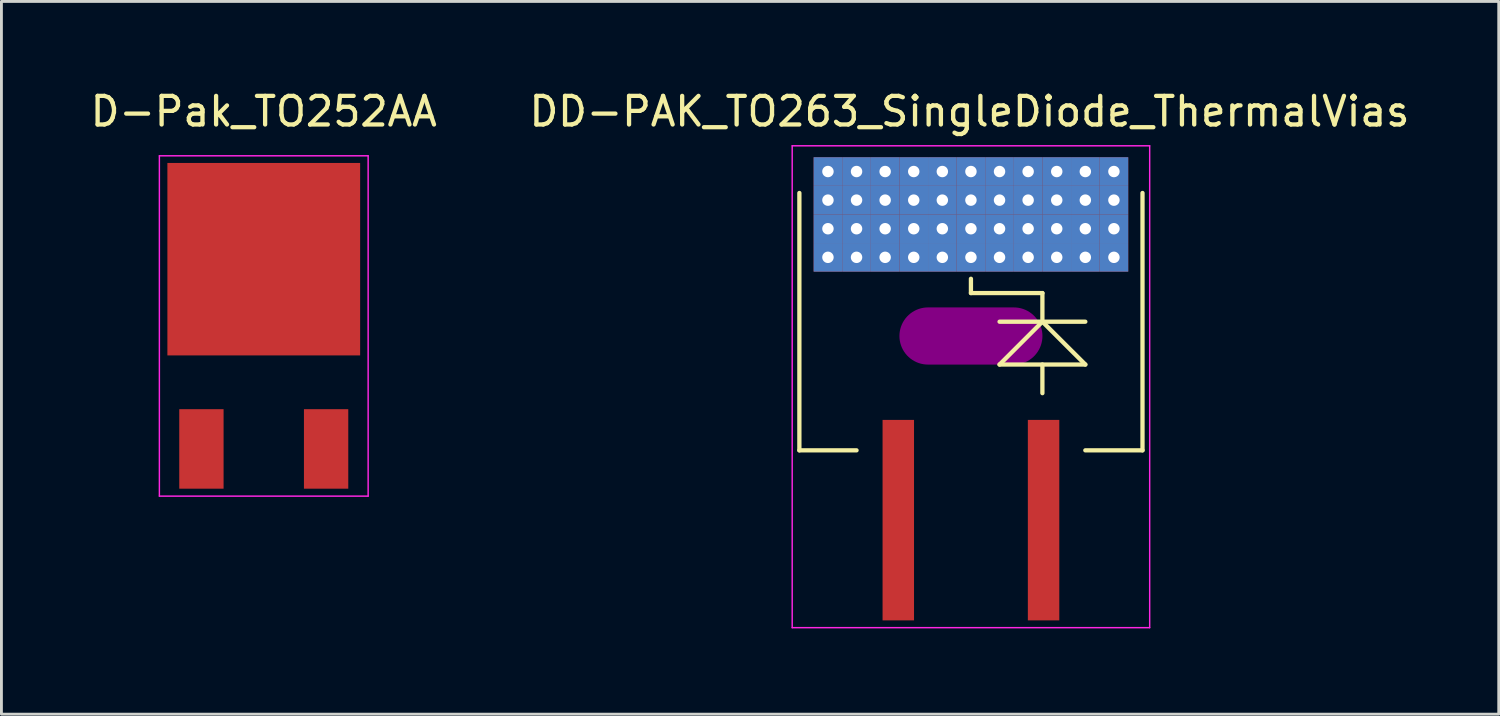
<source format=kicad_pcb>
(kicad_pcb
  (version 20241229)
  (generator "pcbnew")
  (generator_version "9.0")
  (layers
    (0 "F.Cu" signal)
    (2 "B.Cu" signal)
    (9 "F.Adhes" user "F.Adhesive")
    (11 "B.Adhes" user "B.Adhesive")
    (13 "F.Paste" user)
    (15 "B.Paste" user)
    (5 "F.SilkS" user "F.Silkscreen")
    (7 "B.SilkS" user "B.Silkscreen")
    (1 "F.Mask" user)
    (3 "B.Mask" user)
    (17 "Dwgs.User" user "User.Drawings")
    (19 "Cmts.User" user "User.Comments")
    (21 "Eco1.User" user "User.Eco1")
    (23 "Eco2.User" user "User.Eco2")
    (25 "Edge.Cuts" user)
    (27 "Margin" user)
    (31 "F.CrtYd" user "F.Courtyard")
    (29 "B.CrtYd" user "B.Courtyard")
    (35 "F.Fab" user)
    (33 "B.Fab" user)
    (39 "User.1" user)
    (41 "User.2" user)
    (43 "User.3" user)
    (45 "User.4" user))
  (footprint "D-Pak_TO252AA"
    (layer "F.Cu")
    (at 6.173 8.348)
    (property "Reference" "D-Pak_TO252AA" (at 0 -7.5 0) (layer "F.SilkS") (effects (font (size 1 1) (thickness 0.15))))
    (attr smd)
    (fp_line (start -3.65 -5.95) (end 3.65 -5.95) (stroke (width 0.05) (type solid)) (layer "F.CrtYd"))
    (fp_line (start -3.65 5.95) (end -3.65 -5.95) (stroke (width 0.05) (type solid)) (layer "F.CrtYd"))
    (fp_line (start 3.65 -5.95) (end 3.65 5.95) (stroke (width 0.05) (type solid)) (layer "F.CrtYd"))
    (fp_line (start 3.65 5.95) (end -3.65 5.95) (stroke (width 0.05) (type solid)) (layer "F.CrtYd"))
    (pad "1" smd rect (at -2.18 4.3) (size 1.55 2.78) (layers "F.Cu" "F.Mask" "F.Paste"))
    (pad "3" smd rect (at 2.18 4.3) (size 1.55 2.78) (layers "F.Cu" "F.Mask" "F.Paste"))
    (pad "4" smd rect (at 0 -2.335) (size 6.74 6.73) (layers "F.Cu" "F.Mask" "F.Paste")))
  (footprint "DD-PAK_TO263_SingleDiode_ThermalVias"
    (layer "F.Cu")
    (at 30.901 10.698)
    (property "Reference" "DD-PAK_TO263_SingleDiode_ThermalVias" (at -0.05 -9.85 0) (layer "F.SilkS") (effects (font (size 1 1) (thickness 0.15))))
    (attr smd)
    (fp_line (start -5.5 -8.25) (end 5.5 -8.25) (stroke (width 0.45) (type solid)) (layer "F.Mask"))
    (fp_line (start -5.5 -4.25) (end -5.5 -8.25) (stroke (width 0.45) (type solid)) (layer "F.Mask"))
    (fp_line (start -5.25 -7.25) (end 5.25 -7.25) (stroke (width 0.45) (type solid)) (layer "F.Mask"))
    (fp_line (start -5.25 -6.25) (end 5.25 -6.25) (stroke (width 0.45) (type solid)) (layer "F.Mask"))
    (fp_line (start -5.25 -5.25) (end 5.25 -5.25) (stroke (width 0.45) (type solid)) (layer "F.Mask"))
    (fp_line (start -4.5 -8.05) (end -4.5 -4.5) (stroke (width 0.45) (type solid)) (layer "F.Mask"))
    (fp_line (start -3.5 -8.05) (end -3.5 -4.5) (stroke (width 0.45) (type solid)) (layer "F.Mask"))
    (fp_line (start -2.5 -8.05) (end -2.5 -4.5) (stroke (width 0.45) (type solid)) (layer "F.Mask"))
    (fp_line (start -1.5 -8.05) (end -1.5 -4.5) (stroke (width 0.45) (type solid)) (layer "F.Mask"))
    (fp_line (start -0.5 -8.05) (end -0.5 -4.5) (stroke (width 0.45) (type solid)) (layer "F.Mask"))
    (fp_line (start 0.5 -8.05) (end 0.5 -4.5) (stroke (width 0.45) (type solid)) (layer "F.Mask"))
    (fp_line (start 1.5 -8.05) (end 1.5 -4.5) (stroke (width 0.45) (type solid)) (layer "F.Mask"))
    (fp_line (start 2.5 -8.05) (end 2.5 -4.5) (stroke (width 0.45) (type solid)) (layer "F.Mask"))
    (fp_line (start 3.5 -8.05) (end 3.5 -4.5) (stroke (width 0.45) (type solid)) (layer "F.Mask"))
    (fp_line (start 4.5 -8.05) (end 4.5 -4.5) (stroke (width 0.45) (type solid)) (layer "F.Mask"))
    (fp_line (start 5.5 -8.25) (end 5.5 -4.25) (stroke (width 0.45) (type solid)) (layer "F.Mask"))
    (fp_line (start 5.5 -4.25) (end -5.5 -4.25) (stroke (width 0.45) (type solid)) (layer "F.Mask"))
    (fp_circle (center -5 -7.75) (end -4.9 -7.75) (stroke (width 0.215) (type solid)) (fill no) (layer "F.Mask"))
    (fp_circle (center -5 -6.75) (end -4.9 -6.75) (stroke (width 0.215) (type solid)) (fill no) (layer "F.Mask"))
    (fp_circle (center -5 -5.75) (end -4.9 -5.75) (stroke (width 0.215) (type solid)) (fill no) (layer "F.Mask"))
    (fp_circle (center -5 -4.75) (end -4.9 -4.75) (stroke (width 0.215) (type solid)) (fill no) (layer "F.Mask"))
    (fp_circle (center -4 -7.75) (end -3.9 -7.75) (stroke (width 0.215) (type solid)) (fill no) (layer "F.Mask"))
    (fp_circle (center -4 -6.75) (end -3.9 -6.75) (stroke (width 0.215) (type solid)) (fill no) (layer "F.Mask"))
    (fp_circle (center -4 -5.75) (end -3.9 -5.75) (stroke (width 0.215) (type solid)) (fill no) (layer "F.Mask"))
    (fp_circle (center -4 -4.75) (end -3.9 -4.75) (stroke (width 0.215) (type solid)) (fill no) (layer "F.Mask"))
    (fp_circle (center -3 -7.75) (end -2.9 -7.75) (stroke (width 0.215) (type solid)) (fill no) (layer "F.Mask"))
    (fp_circle (center -3 -6.75) (end -2.9 -6.75) (stroke (width 0.215) (type solid)) (fill no) (layer "F.Mask"))
    (fp_circle (center -3 -5.75) (end -2.9 -5.75) (stroke (width 0.215) (type solid)) (fill no) (layer "F.Mask"))
    (fp_circle (center -3 -4.75) (end -2.9 -4.75) (stroke (width 0.215) (type solid)) (fill no) (layer "F.Mask"))
    (fp_circle (center -2 -7.75) (end -1.9 -7.75) (stroke (width 0.215) (type solid)) (fill no) (layer "F.Mask"))
    (fp_circle (center -2 -6.75) (end -1.9 -6.75) (stroke (width 0.215) (type solid)) (fill no) (layer "F.Mask"))
    (fp_circle (center -2 -5.75) (end -1.9 -5.75) (stroke (width 0.215) (type solid)) (fill no) (layer "F.Mask"))
    (fp_circle (center -2 -4.75) (end -1.9 -4.75) (stroke (width 0.215) (type solid)) (fill no) (layer "F.Mask"))
    (fp_circle (center -1 -7.75) (end -0.9 -7.75) (stroke (width 0.215) (type solid)) (fill no) (layer "F.Mask"))
    (fp_circle (center -1 -6.75) (end -0.9 -6.75) (stroke (width 0.215) (type solid)) (fill no) (layer "F.Mask"))
    (fp_circle (center -1 -5.75) (end -0.9 -5.75) (stroke (width 0.215) (type solid)) (fill no) (layer "F.Mask"))
    (fp_circle (center -1 -4.75) (end -0.9 -4.75) (stroke (width 0.215) (type solid)) (fill no) (layer "F.Mask"))
    (fp_circle (center 0 -7.75) (end 0.1 -7.75) (stroke (width 0.215) (type solid)) (fill no) (layer "F.Mask"))
    (fp_circle (center 0 -6.75) (end 0.1 -6.75) (stroke (width 0.215) (type solid)) (fill no) (layer "F.Mask"))
    (fp_circle (center 0 -5.75) (end 0.1 -5.75) (stroke (width 0.215) (type solid)) (fill no) (layer "F.Mask"))
    (fp_circle (center 0 -4.75) (end 0.1 -4.75) (stroke (width 0.215) (type solid)) (fill no) (layer "F.Mask"))
    (fp_circle (center 1 -7.75) (end 1.1 -7.75) (stroke (width 0.215) (type solid)) (fill no) (layer "F.Mask"))
    (fp_circle (center 1 -6.75) (end 1.1 -6.75) (stroke (width 0.215) (type solid)) (fill no) (layer "F.Mask"))
    (fp_circle (center 1 -5.75) (end 1.1 -5.75) (stroke (width 0.215) (type solid)) (fill no) (layer "F.Mask"))
    (fp_circle (center 1 -4.75) (end 1.1 -4.75) (stroke (width 0.215) (type solid)) (fill no) (layer "F.Mask"))
    (fp_circle (center 2 -7.75) (end 2.1 -7.75) (stroke (width 0.215) (type solid)) (fill no) (layer "F.Mask"))
    (fp_circle (center 2 -6.75) (end 2.1 -6.75) (stroke (width 0.215) (type solid)) (fill no) (layer "F.Mask"))
    (fp_circle (center 2 -5.75) (end 2.1 -5.75) (stroke (width 0.215) (type solid)) (fill no) (layer "F.Mask"))
    (fp_circle (center 2 -4.75) (end 2.1 -4.75) (stroke (width 0.215) (type solid)) (fill no) (layer "F.Mask"))
    (fp_circle (center 3 -7.75) (end 3.1 -7.75) (stroke (width 0.215) (type solid)) (fill no) (layer "F.Mask"))
    (fp_circle (center 3 -6.75) (end 3.1 -6.75) (stroke (width 0.215) (type solid)) (fill no) (layer "F.Mask"))
    (fp_circle (center 3 -5.75) (end 3.1 -5.75) (stroke (width 0.215) (type solid)) (fill no) (layer "F.Mask"))
    (fp_circle (center 3 -4.75) (end 3.1 -4.75) (stroke (width 0.215) (type solid)) (fill no) (layer "F.Mask"))
    (fp_circle (center 4 -7.75) (end 4.1 -7.75) (stroke (width 0.215) (type solid)) (fill no) (layer "F.Mask"))
    (fp_circle (center 4 -6.75) (end 4.1 -6.75) (stroke (width 0.215) (type solid)) (fill no) (layer "F.Mask"))
    (fp_circle (center 4 -5.75) (end 4.1 -5.75) (stroke (width 0.215) (type solid)) (fill no) (layer "F.Mask"))
    (fp_circle (center 4 -4.75) (end 4.1 -4.75) (stroke (width 0.215) (type solid)) (fill no) (layer "F.Mask"))
    (fp_circle (center 5 -7.75) (end 5.1 -7.75) (stroke (width 0.215) (type solid)) (fill no) (layer "F.Mask"))
    (fp_circle (center 5 -6.75) (end 5.1 -6.75) (stroke (width 0.215) (type solid)) (fill no) (layer "F.Mask"))
    (fp_circle (center 5 -5.75) (end 5.1 -5.75) (stroke (width 0.215) (type solid)) (fill no) (layer "F.Mask"))
    (fp_circle (center 5 -4.75) (end 5.1 -4.75) (stroke (width 0.215) (type solid)) (fill no) (layer "F.Mask"))
    (fp_line (start -5.999 -7) (end -5.999 1.999) (stroke (width 0.15) (type solid)) (layer "F.SilkS"))
    (fp_line (start -5.999 1.999) (end -4 1.999) (stroke (width 0.15) (type solid)) (layer "F.SilkS"))
    (fp_line (start 0 -3.5) (end 0 -4) (stroke (width 0.15) (type solid)) (layer "F.SilkS"))
    (fp_line (start 1.001 -2.499) (end 4 -2.499) (stroke (width 0.15) (type solid)) (layer "F.SilkS"))
    (fp_line (start 1.001 -1.001) (end 4 -1.001) (stroke (width 0.15) (type solid)) (layer "F.SilkS"))
    (fp_line (start 2.499 -3.5) (end 0 -3.5) (stroke (width 0.15) (type solid)) (layer "F.SilkS"))
    (fp_line (start 2.499 -2.499) (end 1.001 -1.001) (stroke (width 0.15) (type solid)) (layer "F.SilkS"))
    (fp_line (start 2.499 -2.499) (end 2.499 -3.5) (stroke (width 0.15) (type solid)) (layer "F.SilkS"))
    (fp_line (start 2.499 -1.001) (end 2.499 0) (stroke (width 0.15) (type solid)) (layer "F.SilkS"))
    (fp_line (start 4 -1.001) (end 2.499 -2.499) (stroke (width 0.15) (type solid)) (layer "F.SilkS"))
    (fp_line (start 4 1.999) (end 5.999 1.999) (stroke (width 0.15) (type solid)) (layer "F.SilkS"))
    (fp_line (start 5.999 1.999) (end 5.999 -7) (stroke (width 0.15) (type solid)) (layer "F.SilkS"))
    (fp_line (start -5.25 -7.25) (end 5.25 -7.25) (stroke (width 0.45) (type solid)) (layer "F.Paste"))
    (fp_line (start -5.25 -6.25) (end 5.25 -6.25) (stroke (width 0.45) (type solid)) (layer "F.Paste"))
    (fp_line (start -5.25 -5.25) (end 5.25 -5.25) (stroke (width 0.45) (type solid)) (layer "F.Paste"))
    (fp_line (start -4.5 -8.05) (end -4.5 -4.5) (stroke (width 0.45) (type solid)) (layer "F.Paste"))
    (fp_line (start -3.5 -8.05) (end -3.5 -4.5) (stroke (width 0.45) (type solid)) (layer "F.Paste"))
    (fp_line (start -2.5 -8.05) (end -2.5 -4.5) (stroke (width 0.45) (type solid)) (layer "F.Paste"))
    (fp_line (start -1.5 -8.05) (end -1.5 -4.5) (stroke (width 0.45) (type solid)) (layer "F.Paste"))
    (fp_line (start -0.5 -8.05) (end -0.5 -4.5) (stroke (width 0.45) (type solid)) (layer "F.Paste"))
    (fp_line (start 0.5 -8.05) (end 0.5 -4.5) (stroke (width 0.45) (type solid)) (layer "F.Paste"))
    (fp_line (start 1.5 -8.05) (end 1.5 -4.5) (stroke (width 0.45) (type solid)) (layer "F.Paste"))
    (fp_line (start 2.5 -8.05) (end 2.5 -4.5) (stroke (width 0.45) (type solid)) (layer "F.Paste"))
    (fp_line (start 3.5 -8.05) (end 3.5 -4.5) (stroke (width 0.45) (type solid)) (layer "F.Paste"))
    (fp_line (start 4.5 -8.05) (end 4.5 -4.5) (stroke (width 0.45) (type solid)) (layer "F.Paste"))
    (fp_line (start -6.25 -8.65) (end 6.25 -8.65) (stroke (width 0.05) (type solid)) (layer "F.CrtYd"))
    (fp_line (start -6.25 8.2) (end -6.25 -8.65) (stroke (width 0.05) (type solid)) (layer "F.CrtYd"))
    (fp_line (start 6.25 -8.65) (end 6.25 8.2) (stroke (width 0.05) (type solid)) (layer "F.CrtYd"))
    (fp_line (start 6.25 8.2) (end -6.25 8.2) (stroke (width 0.05) (type solid)) (layer "F.CrtYd"))
    (pad "" smd oval (at 0 -1.999) (size 5.001 1.999) (layers "F.Adhes"))
    (pad "1" smd rect (at -2.54 4.44) (size 1.1 7.01) (layers "F.Cu" "F.Mask" "F.Paste"))
    (pad "2" thru_hole rect (at -5 -7.75) (size 1 1) (drill 0.4) (layers "*.Cu" "B.Mask"))
    (pad "2" thru_hole rect (at -5 -6.75) (size 1 1) (drill 0.4) (layers "*.Cu" "B.Mask"))
    (pad "2" thru_hole rect (at -5 -5.75) (size 1 1) (drill 0.4) (layers "*.Cu" "B.Mask"))
    (pad "2" thru_hole rect (at -5 -4.75) (size 1 1) (drill 0.4) (layers "*.Cu" "B.Mask"))
    (pad "2" thru_hole rect (at -4 -7.75) (size 1 1) (drill 0.4) (layers "*.Cu" "B.Mask"))
    (pad "2" thru_hole rect (at -4 -6.75) (size 1 1) (drill 0.4) (layers "*.Cu" "B.Mask"))
    (pad "2" thru_hole rect (at -4 -5.75) (size 1 1) (drill 0.4) (layers "*.Cu" "B.Mask"))
    (pad "2" thru_hole rect (at -4 -4.75) (size 1 1) (drill 0.4) (layers "*.Cu" "B.Mask"))
    (pad "2" thru_hole rect (at -3 -7.75) (size 1 1) (drill 0.4) (layers "*.Cu" "B.Mask"))
    (pad "2" thru_hole rect (at -3 -6.75) (size 1 1) (drill 0.4) (layers "*.Cu" "B.Mask"))
    (pad "2" thru_hole rect (at -3 -5.75) (size 1 1) (drill 0.4) (layers "*.Cu" "B.Mask"))
    (pad "2" thru_hole rect (at -3 -4.75) (size 1 1) (drill 0.4) (layers "*.Cu" "B.Mask"))
    (pad "2" thru_hole rect (at -2 -7.75) (size 1 1) (drill 0.4) (layers "*.Cu" "B.Mask"))
    (pad "2" thru_hole rect (at -2 -6.75) (size 1 1) (drill 0.4) (layers "*.Cu" "B.Mask"))
    (pad "2" thru_hole rect (at -2 -5.75) (size 1 1) (drill 0.4) (layers "*.Cu" "B.Mask"))
    (pad "2" thru_hole rect (at -2 -4.75) (size 1 1) (drill 0.4) (layers "*.Cu" "B.Mask"))
    (pad "2" thru_hole rect (at -1 -7.75) (size 1 1) (drill 0.4) (layers "*.Cu" "B.Mask"))
    (pad "2" thru_hole rect (at -1 -6.75) (size 1 1) (drill 0.4) (layers "*.Cu" "B.Mask"))
    (pad "2" thru_hole rect (at -1 -5.75) (size 1 1) (drill 0.4) (layers "*.Cu" "B.Mask"))
    (pad "2" thru_hole rect (at -1 -4.75) (size 1 1) (drill 0.4) (layers "*.Cu" "B.Mask"))
    (pad "2" thru_hole rect (at 0 -7.75) (size 1 1) (drill 0.4) (layers "*.Cu" "B.Mask"))
    (pad "2" thru_hole rect (at 0 -6.75) (size 1 1) (drill 0.4) (layers "*.Cu" "B.Mask"))
    (pad "2" thru_hole rect (at 0 -5.75) (size 1 1) (drill 0.4) (layers "*.Cu" "B.Mask"))
    (pad "2" thru_hole rect (at 0 -4.75) (size 1 1) (drill 0.4) (layers "*.Cu" "B.Mask"))
    (pad "2" thru_hole rect (at 1 -7.75) (size 1 1) (drill 0.4) (layers "*.Cu" "B.Mask"))
    (pad "2" thru_hole rect (at 1 -6.75) (size 1 1) (drill 0.4) (layers "*.Cu" "B.Mask"))
    (pad "2" thru_hole rect (at 1 -5.75) (size 1 1) (drill 0.4) (layers "*.Cu" "B.Mask"))
    (pad "2" thru_hole rect (at 1 -4.75) (size 1 1) (drill 0.4) (layers "*.Cu" "B.Mask"))
    (pad "2" thru_hole rect (at 2 -7.75) (size 1 1) (drill 0.4) (layers "*.Cu" "B.Mask"))
    (pad "2" thru_hole rect (at 2 -6.75) (size 1 1) (drill 0.4) (layers "*.Cu" "B.Mask"))
    (pad "2" thru_hole rect (at 2 -5.75) (size 1 1) (drill 0.4) (layers "*.Cu" "B.Mask"))
    (pad "2" thru_hole rect (at 2 -4.75) (size 1 1) (drill 0.4) (layers "*.Cu" "B.Mask"))
    (pad "2" thru_hole rect (at 3 -7.75) (size 1 1) (drill 0.4) (layers "*.Cu" "B.Mask"))
    (pad "2" thru_hole rect (at 3 -6.75) (size 1 1) (drill 0.4) (layers "*.Cu" "B.Mask"))
    (pad "2" thru_hole rect (at 3 -5.75) (size 1 1) (drill 0.4) (layers "*.Cu" "B.Mask"))
    (pad "2" thru_hole rect (at 3 -4.75) (size 1 1) (drill 0.4) (layers "*.Cu" "B.Mask"))
    (pad "2" thru_hole rect (at 4 -7.75) (size 1 1) (drill 0.4) (layers "*.Cu" "B.Mask"))
    (pad "2" thru_hole rect (at 4 -6.75) (size 1 1) (drill 0.4) (layers "*.Cu" "B.Mask"))
    (pad "2" thru_hole rect (at 4 -5.75) (size 1 1) (drill 0.4) (layers "*.Cu" "B.Mask"))
    (pad "2" thru_hole rect (at 4 -4.75) (size 1 1) (drill 0.4) (layers "*.Cu" "B.Mask"))
    (pad "2" thru_hole rect (at 5 -7.75) (size 1 1) (drill 0.4) (layers "*.Cu" "B.Mask"))
    (pad "2" thru_hole rect (at 5 -6.75) (size 1 1) (drill 0.4) (layers "*.Cu" "B.Mask"))
    (pad "2" thru_hole rect (at 5 -5.75) (size 1 1) (drill 0.4) (layers "*.Cu" "B.Mask"))
    (pad "2" thru_hole rect (at 5 -4.75) (size 1 1) (drill 0.4) (layers "*.Cu" "B.Mask"))
    (pad "3" smd rect (at 2.54 4.44) (size 1.1 7.01) (layers "F.Cu" "F.Mask" "F.Paste")))
  (gr_rect
    (start -3 -3)
    (end 49.357 21.923)
    (stroke (width 0.1) (type default))
    (fill no)
    (layer "Edge.Cuts")))
</source>
